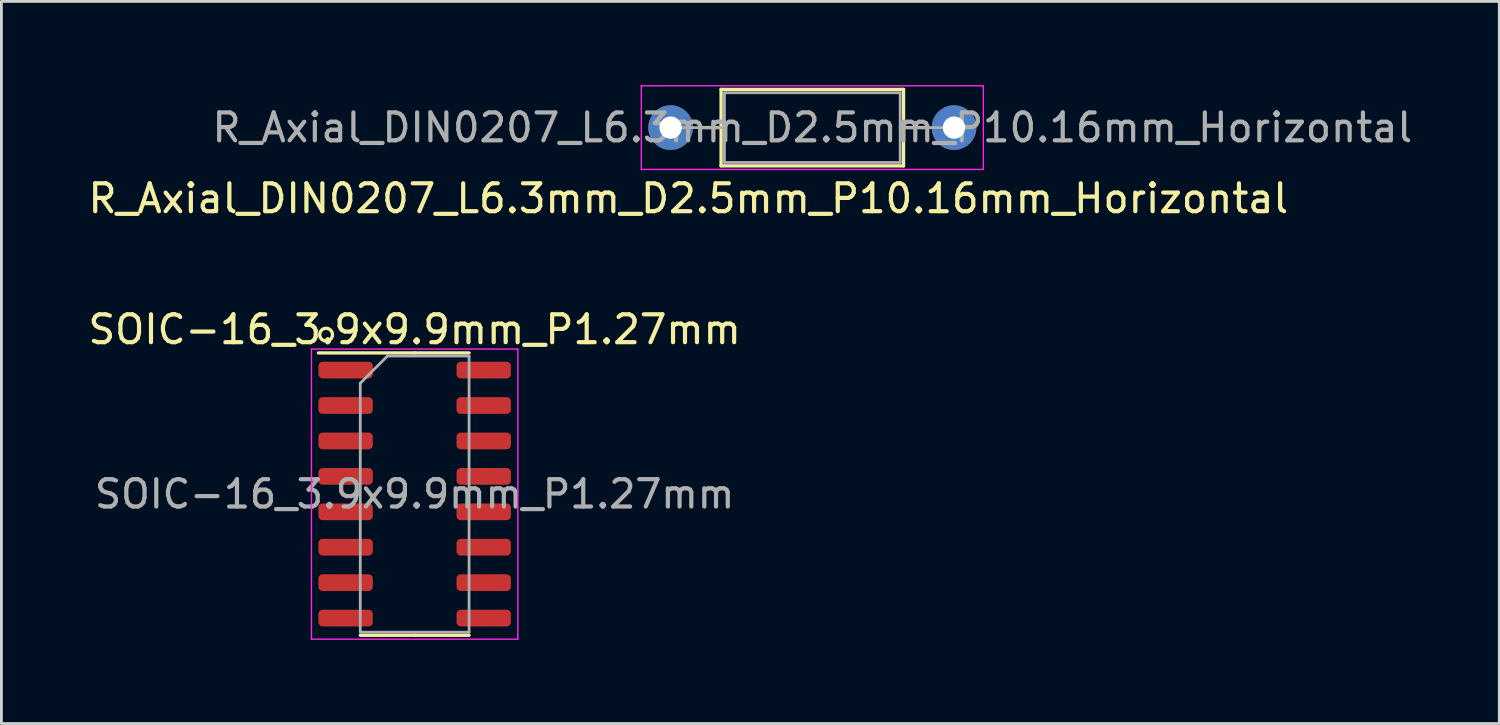
<source format=kicad_pcb>
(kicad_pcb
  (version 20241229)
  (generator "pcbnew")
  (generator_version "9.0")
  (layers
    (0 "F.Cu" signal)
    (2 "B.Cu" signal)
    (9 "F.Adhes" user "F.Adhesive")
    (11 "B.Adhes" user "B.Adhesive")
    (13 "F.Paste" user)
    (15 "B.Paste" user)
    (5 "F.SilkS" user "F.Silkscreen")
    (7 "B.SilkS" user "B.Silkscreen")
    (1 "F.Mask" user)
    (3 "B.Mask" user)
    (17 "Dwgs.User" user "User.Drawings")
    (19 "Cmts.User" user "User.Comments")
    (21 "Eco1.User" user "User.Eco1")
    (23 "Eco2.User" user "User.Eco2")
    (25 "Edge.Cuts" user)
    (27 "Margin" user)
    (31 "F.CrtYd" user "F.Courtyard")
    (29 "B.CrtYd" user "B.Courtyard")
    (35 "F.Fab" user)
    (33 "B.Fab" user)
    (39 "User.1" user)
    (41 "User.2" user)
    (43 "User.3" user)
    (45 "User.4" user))
  (footprint "R_Axial_DIN0207_L6.3mm_D2.5mm_P10.16mm_Horizontal"
    (layer "F.Cu")
    (at 20.99 1.525)
    (property "Reference" "R_Axial_DIN0207_L6.3mm_D2.5mm_P10.16mm_Horizontal" (at 0.635 2.54 180) (layer "F.SilkS") (effects (font (size 1 1) (thickness 0.15))))
    (attr through_hole)
    (fp_line (start 1.04 0) (end 1.81 0) (stroke (width 0.12) (type solid)) (layer "F.SilkS"))
    (fp_line (start 1.81 -1.37) (end 1.81 1.37) (stroke (width 0.12) (type solid)) (layer "F.SilkS"))
    (fp_line (start 1.81 1.37) (end 8.35 1.37) (stroke (width 0.12) (type solid)) (layer "F.SilkS"))
    (fp_line (start 8.35 -1.37) (end 1.81 -1.37) (stroke (width 0.12) (type solid)) (layer "F.SilkS"))
    (fp_line (start 8.35 1.37) (end 8.35 -1.37) (stroke (width 0.12) (type solid)) (layer "F.SilkS"))
    (fp_line (start 9.12 0) (end 8.35 0) (stroke (width 0.12) (type solid)) (layer "F.SilkS"))
    (fp_line (start -1.05 -1.5) (end -1.05 1.5) (stroke (width 0.05) (type solid)) (layer "F.CrtYd"))
    (fp_line (start -1.05 1.5) (end 11.21 1.5) (stroke (width 0.05) (type solid)) (layer "F.CrtYd"))
    (fp_line (start 11.21 -1.5) (end -1.05 -1.5) (stroke (width 0.05) (type solid)) (layer "F.CrtYd"))
    (fp_line (start 11.21 1.5) (end 11.21 -1.5) (stroke (width 0.05) (type solid)) (layer "F.CrtYd"))
    (fp_line (start 0 0) (end 1.93 0) (stroke (width 0.1) (type solid)) (layer "F.Fab"))
    (fp_line (start 1.93 -1.25) (end 1.93 1.25) (stroke (width 0.1) (type solid)) (layer "F.Fab"))
    (fp_line (start 1.93 1.25) (end 8.23 1.25) (stroke (width 0.1) (type solid)) (layer "F.Fab"))
    (fp_line (start 8.23 -1.25) (end 1.93 -1.25) (stroke (width 0.1) (type solid)) (layer "F.Fab"))
    (fp_line (start 8.23 1.25) (end 8.23 -1.25) (stroke (width 0.1) (type solid)) (layer "F.Fab"))
    (fp_line (start 10.16 0) (end 8.23 0) (stroke (width 0.1) (type solid)) (layer "F.Fab"))
    (fp_text user "${REFERENCE}" (at 5.08 0 180) (layer "F.Fab") (effects (font (size 1 1) (thickness 0.15))))
    (pad "1" thru_hole circle (at 0 0) (size 1.6 1.6) (drill 0.8) (layers "*.Cu" "*.Mask"))
    (pad "2" thru_hole oval (at 10.16 0) (size 1.6 1.6) (drill 0.8) (layers "*.Cu" "*.Mask")))
  (footprint "SOIC-16_3.9x9.9mm_P1.27mm"
    (layer "F.Cu")
    (at 11.815 14.662)
    (property "Reference" "SOIC-16_3.9x9.9mm_P1.27mm" (at 0 -5.9 0) (layer "F.SilkS") (effects (font (size 1 1) (thickness 0.15))))
    (attr smd)
    (fp_line (start 0 -5.06) (end -3.45 -5.06) (stroke (width 0.12) (type solid)) (layer "F.SilkS"))
    (fp_line (start 0 -5.06) (end 1.95 -5.06) (stroke (width 0.12) (type solid)) (layer "F.SilkS"))
    (fp_line (start 0 5.06) (end -1.95 5.06) (stroke (width 0.12) (type solid)) (layer "F.SilkS"))
    (fp_line (start 0 5.06) (end 1.95 5.06) (stroke (width 0.12) (type solid)) (layer "F.SilkS"))
    (fp_circle (center -3.175 -5.715) (end -3.302 -5.905) (stroke (width 0.12) (type solid)) (fill no) (layer "F.SilkS"))
    (fp_line (start -3.7 -5.2) (end -3.7 5.2) (stroke (width 0.05) (type solid)) (layer "F.CrtYd"))
    (fp_line (start -3.7 5.2) (end 3.7 5.2) (stroke (width 0.05) (type solid)) (layer "F.CrtYd"))
    (fp_line (start 3.7 -5.2) (end -3.7 -5.2) (stroke (width 0.05) (type solid)) (layer "F.CrtYd"))
    (fp_line (start 3.7 5.2) (end 3.7 -5.2) (stroke (width 0.05) (type solid)) (layer "F.CrtYd"))
    (fp_line (start -1.95 -3.975) (end -0.975 -4.95) (stroke (width 0.1) (type solid)) (layer "F.Fab"))
    (fp_line (start -1.95 4.95) (end -1.95 -3.975) (stroke (width 0.1) (type solid)) (layer "F.Fab"))
    (fp_line (start -0.975 -4.95) (end 1.95 -4.95) (stroke (width 0.1) (type solid)) (layer "F.Fab"))
    (fp_line (start 1.95 -4.95) (end 1.95 4.95) (stroke (width 0.1) (type solid)) (layer "F.Fab"))
    (fp_line (start 1.95 4.95) (end -1.95 4.95) (stroke (width 0.1) (type solid)) (layer "F.Fab"))
    (fp_text user "${REFERENCE}" (at 0 0 0) (layer "F.Fab") (effects (font (size 0.98 0.98) (thickness 0.15))))
    (pad "1" smd roundrect (at -2.475 -4.445) (size 1.95 0.6) (layers "F.Cu" "F.Mask" "F.Paste") (roundrect_rratio 0.25))
    (pad "2" smd roundrect (at -2.475 -3.175) (size 1.95 0.6) (layers "F.Cu" "F.Mask" "F.Paste") (roundrect_rratio 0.25))
    (pad "3" smd roundrect (at -2.475 -1.905) (size 1.95 0.6) (layers "F.Cu" "F.Mask" "F.Paste") (roundrect_rratio 0.25))
    (pad "4" smd roundrect (at -2.475 -0.635) (size 1.95 0.6) (layers "F.Cu" "F.Mask" "F.Paste") (roundrect_rratio 0.25))
    (pad "5" smd roundrect (at -2.475 0.635) (size 1.95 0.6) (layers "F.Cu" "F.Mask" "F.Paste") (roundrect_rratio 0.25))
    (pad "6" smd roundrect (at -2.475 1.905) (size 1.95 0.6) (layers "F.Cu" "F.Mask" "F.Paste") (roundrect_rratio 0.25))
    (pad "7" smd roundrect (at -2.475 3.175) (size 1.95 0.6) (layers "F.Cu" "F.Mask" "F.Paste") (roundrect_rratio 0.25))
    (pad "8" smd roundrect (at -2.475 4.445) (size 1.95 0.6) (layers "F.Cu" "F.Mask" "F.Paste") (roundrect_rratio 0.25))
    (pad "9" smd roundrect (at 2.475 4.445) (size 1.95 0.6) (layers "F.Cu" "F.Mask" "F.Paste") (roundrect_rratio 0.25))
    (pad "10" smd roundrect (at 2.475 3.175) (size 1.95 0.6) (layers "F.Cu" "F.Mask" "F.Paste") (roundrect_rratio 0.25))
    (pad "11" smd roundrect (at 2.475 1.905) (size 1.95 0.6) (layers "F.Cu" "F.Mask" "F.Paste") (roundrect_rratio 0.25))
    (pad "12" smd roundrect (at 2.475 0.635) (size 1.95 0.6) (layers "F.Cu" "F.Mask" "F.Paste") (roundrect_rratio 0.25))
    (pad "13" smd roundrect (at 2.475 -0.635) (size 1.95 0.6) (layers "F.Cu" "F.Mask" "F.Paste") (roundrect_rratio 0.25))
    (pad "14" smd roundrect (at 2.475 -1.905) (size 1.95 0.6) (layers "F.Cu" "F.Mask" "F.Paste") (roundrect_rratio 0.25))
    (pad "15" smd roundrect (at 2.475 -3.175) (size 1.95 0.6) (layers "F.Cu" "F.Mask" "F.Paste") (roundrect_rratio 0.25))
    (pad "16" smd roundrect (at 2.475 -4.445) (size 1.95 0.6) (layers "F.Cu" "F.Mask" "F.Paste") (roundrect_rratio 0.25)))
  (gr_rect
    (start -3 -3)
    (end 50.695 22.887)
    (stroke (width 0.1) (type default))
    (fill no)
    (layer "Edge.Cuts")))
</source>
